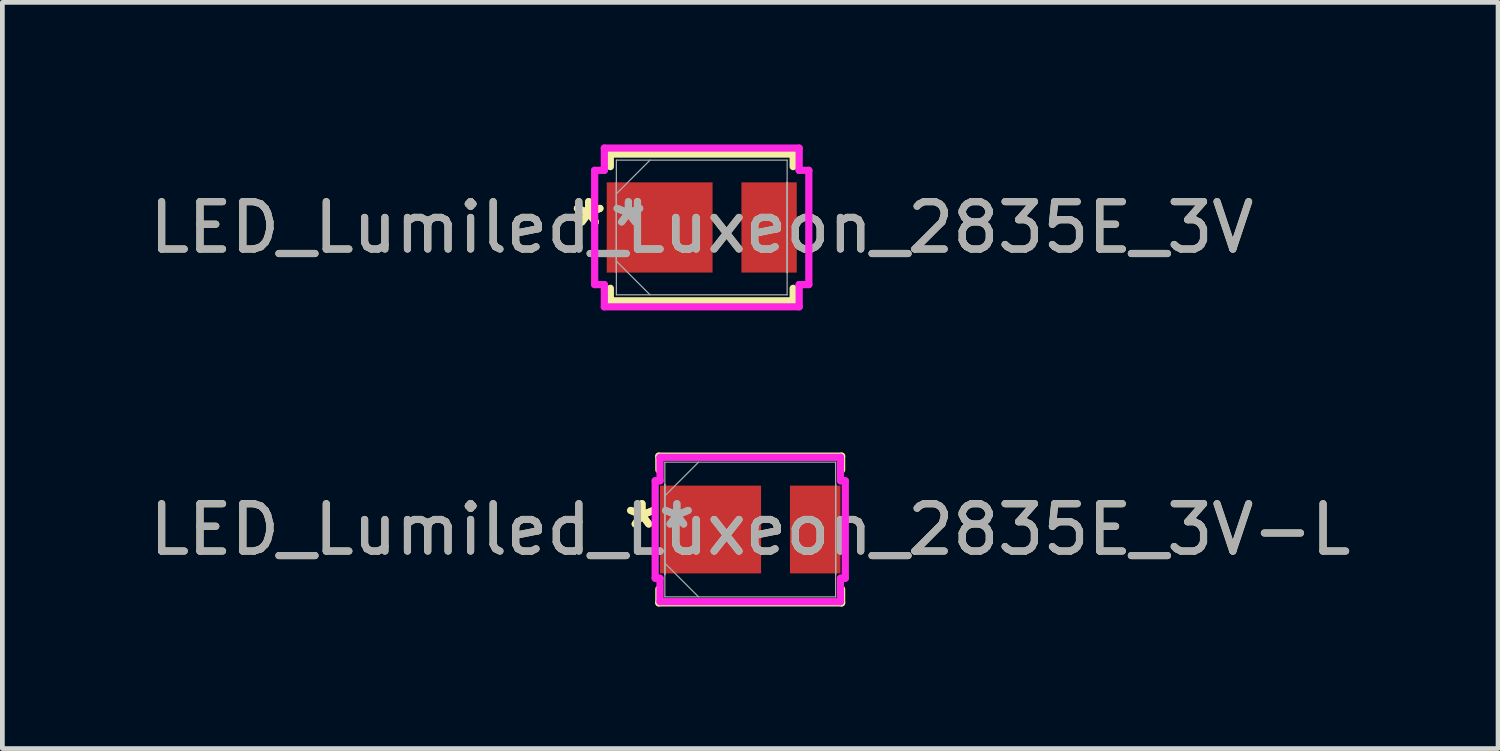
<source format=kicad_pcb>
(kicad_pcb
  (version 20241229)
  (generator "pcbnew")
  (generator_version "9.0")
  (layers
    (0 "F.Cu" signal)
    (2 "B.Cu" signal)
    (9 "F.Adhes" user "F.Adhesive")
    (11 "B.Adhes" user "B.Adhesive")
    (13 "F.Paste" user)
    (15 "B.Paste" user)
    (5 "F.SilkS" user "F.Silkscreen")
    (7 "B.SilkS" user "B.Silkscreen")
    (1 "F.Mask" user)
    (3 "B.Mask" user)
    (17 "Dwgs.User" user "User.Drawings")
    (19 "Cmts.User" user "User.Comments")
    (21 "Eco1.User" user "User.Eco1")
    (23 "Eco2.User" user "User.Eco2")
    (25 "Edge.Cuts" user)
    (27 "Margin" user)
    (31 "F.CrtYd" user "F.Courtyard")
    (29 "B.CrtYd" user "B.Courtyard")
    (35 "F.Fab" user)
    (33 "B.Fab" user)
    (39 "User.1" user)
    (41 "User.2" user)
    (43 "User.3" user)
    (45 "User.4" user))
  (footprint "LED_Lumiled_Luxeon_2835E_3V"
    (layer "F.Cu")
    (at 11.768 1.753)
    (property "Reference" "LED_Lumiled_Luxeon_2835E_3V" (at 0 0 0) (unlocked yes) (layer "F.SilkS") (effects (font (size 1 1) (thickness 0.15))))
    (attr smd)
    (fp_line (start -1.93 -1.549) (end -1.93 -1.285) (stroke (width 0.152) (type solid)) (layer "F.SilkS"))
    (fp_line (start -1.93 1.285) (end -1.93 1.549) (stroke (width 0.152) (type solid)) (layer "F.SilkS"))
    (fp_line (start -1.93 1.549) (end 1.93 1.549) (stroke (width 0.152) (type solid)) (layer "F.SilkS"))
    (fp_line (start 1.93 -1.549) (end -1.93 -1.549) (stroke (width 0.152) (type solid)) (layer "F.SilkS"))
    (fp_line (start 1.93 -1.285) (end 1.93 -1.549) (stroke (width 0.152) (type solid)) (layer "F.SilkS"))
    (fp_line (start 1.93 1.549) (end 1.93 1.285) (stroke (width 0.152) (type solid)) (layer "F.SilkS"))
    (fp_line (start -2.261 -1.206) (end -2.057 -1.206) (stroke (width 0.152) (type solid)) (layer "F.CrtYd"))
    (fp_line (start -2.261 1.206) (end -2.261 -1.206) (stroke (width 0.152) (type solid)) (layer "F.CrtYd"))
    (fp_line (start -2.057 -1.676) (end 2.057 -1.676) (stroke (width 0.152) (type solid)) (layer "F.CrtYd"))
    (fp_line (start -2.057 -1.206) (end -2.057 -1.676) (stroke (width 0.152) (type solid)) (layer "F.CrtYd"))
    (fp_line (start -2.057 1.206) (end -2.261 1.206) (stroke (width 0.152) (type solid)) (layer "F.CrtYd"))
    (fp_line (start -2.057 1.676) (end -2.057 1.206) (stroke (width 0.152) (type solid)) (layer "F.CrtYd"))
    (fp_line (start 2.057 -1.676) (end 2.057 -1.206) (stroke (width 0.152) (type solid)) (layer "F.CrtYd"))
    (fp_line (start 2.057 -1.206) (end 2.261 -1.206) (stroke (width 0.152) (type solid)) (layer "F.CrtYd"))
    (fp_line (start 2.057 1.206) (end 2.057 1.676) (stroke (width 0.152) (type solid)) (layer "F.CrtYd"))
    (fp_line (start 2.057 1.676) (end -2.057 1.676) (stroke (width 0.152) (type solid)) (layer "F.CrtYd"))
    (fp_line (start 2.261 -1.206) (end 2.261 1.206) (stroke (width 0.152) (type solid)) (layer "F.CrtYd"))
    (fp_line (start 2.261 1.206) (end 2.057 1.206) (stroke (width 0.152) (type solid)) (layer "F.CrtYd"))
    (fp_line (start -1.803 -1.422) (end -1.803 1.422) (stroke (width 0.025) (type solid)) (layer "F.Fab"))
    (fp_line (start -1.803 -0.953) (end -1.803 -0.953) (stroke (width 0.025) (type solid)) (layer "F.Fab"))
    (fp_line (start -1.803 -0.953) (end -1.803 0.953) (stroke (width 0.025) (type solid)) (layer "F.Fab"))
    (fp_line (start -1.803 -0.711) (end -1.092 -1.422) (stroke (width 0.025) (type solid)) (layer "F.Fab"))
    (fp_line (start -1.803 0.711) (end -1.092 1.422) (stroke (width 0.025) (type solid)) (layer "F.Fab"))
    (fp_line (start -1.803 0.953) (end -1.803 -0.953) (stroke (width 0.025) (type solid)) (layer "F.Fab"))
    (fp_line (start -1.803 0.953) (end -1.803 0.953) (stroke (width 0.025) (type solid)) (layer "F.Fab"))
    (fp_line (start -1.803 1.422) (end 1.803 1.422) (stroke (width 0.025) (type solid)) (layer "F.Fab"))
    (fp_line (start 1.803 -1.422) (end -1.803 -1.422) (stroke (width 0.025) (type solid)) (layer "F.Fab"))
    (fp_line (start 1.803 -0.953) (end 1.803 -0.953) (stroke (width 0.025) (type solid)) (layer "F.Fab"))
    (fp_line (start 1.803 -0.953) (end 1.803 0.953) (stroke (width 0.025) (type solid)) (layer "F.Fab"))
    (fp_line (start 1.803 0.953) (end 1.803 -0.953) (stroke (width 0.025) (type solid)) (layer "F.Fab"))
    (fp_line (start 1.803 0.953) (end 1.803 0.953) (stroke (width 0.025) (type solid)) (layer "F.Fab"))
    (fp_line (start 1.803 1.422) (end 1.803 -1.422) (stroke (width 0.025) (type solid)) (layer "F.Fab"))
    (fp_text user "*" (at -2.388 0 0) (unlocked yes) (layer "F.SilkS") (effects (font (size 1 1) (thickness 0.15))))
    (fp_text user "*" (at -2.388 0 0) (layer "F.SilkS") (effects (font (size 1 1) (thickness 0.15))))
    (fp_text user "*" (at -1.549 0 0) (unlocked yes) (layer "F.Fab") (effects (font (size 1 1) (thickness 0.15))))
    (fp_text user "${REFERENCE}" (at 0 0 0) (unlocked yes) (layer "F.Fab") (effects (font (size 1 1) (thickness 0.15))))
    (fp_text user "*" (at -1.549 0 0) (layer "F.Fab") (effects (font (size 1 1) (thickness 0.15))))
    (pad "1" smd rect (at -0.889 0) (size 2.235 1.905) (layers "F.Cu" "F.Mask" "F.Paste"))
    (pad "2" smd rect (at 1.422 0) (size 1.168 1.905) (layers "F.Cu" "F.Mask" "F.Paste"))
    (zone (net_name "") (layer "F.Cu") (hatch full 0.508) (connect_pads) (min_thickness 0.254) (filled_areas_thickness no) (keepout (tracks not_allowed) (vias not_allowed) (pads allowed) (copperpour not_allowed) (footprints allowed)) (placement (enabled no)) (fill) (polygon (pts (xy 12.047 0.381) (xy 12.555 0.381) (xy 12.555 3.124) (xy 12.047 3.124)))))
  (footprint "LED_Lumiled_Luxeon_2835E_3V-L"
    (layer "F.Cu")
    (at 12.792 8.131)
    (property "Reference" "LED_Lumiled_Luxeon_2835E_3V-L" (at 0 0 0) (unlocked yes) (layer "F.SilkS") (effects (font (size 1 1) (thickness 0.15))))
    (attr smd)
    (fp_line (start -1.93 -1.549) (end -1.93 -1.259) (stroke (width 0.152) (type solid)) (layer "F.SilkS"))
    (fp_line (start -1.93 1.259) (end -1.93 1.549) (stroke (width 0.152) (type solid)) (layer "F.SilkS"))
    (fp_line (start -1.93 1.549) (end 1.93 1.549) (stroke (width 0.152) (type solid)) (layer "F.SilkS"))
    (fp_line (start 1.93 -1.549) (end -1.93 -1.549) (stroke (width 0.152) (type solid)) (layer "F.SilkS"))
    (fp_line (start 1.93 -1.259) (end 1.93 -1.549) (stroke (width 0.152) (type solid)) (layer "F.SilkS"))
    (fp_line (start 1.93 1.549) (end 1.93 1.259) (stroke (width 0.152) (type solid)) (layer "F.SilkS"))
    (fp_line (start -2.007 -1.029) (end -1.905 -1.029) (stroke (width 0.152) (type solid)) (layer "F.CrtYd"))
    (fp_line (start -2.007 1.029) (end -2.007 -1.029) (stroke (width 0.152) (type solid)) (layer "F.CrtYd"))
    (fp_line (start -1.905 -1.524) (end 1.905 -1.524) (stroke (width 0.152) (type solid)) (layer "F.CrtYd"))
    (fp_line (start -1.905 -1.029) (end -1.905 -1.524) (stroke (width 0.152) (type solid)) (layer "F.CrtYd"))
    (fp_line (start -1.905 1.029) (end -2.007 1.029) (stroke (width 0.152) (type solid)) (layer "F.CrtYd"))
    (fp_line (start -1.905 1.524) (end -1.905 1.029) (stroke (width 0.152) (type solid)) (layer "F.CrtYd"))
    (fp_line (start 1.905 -1.524) (end 1.905 -1.029) (stroke (width 0.152) (type solid)) (layer "F.CrtYd"))
    (fp_line (start 1.905 -1.029) (end 2.007 -1.029) (stroke (width 0.152) (type solid)) (layer "F.CrtYd"))
    (fp_line (start 1.905 1.029) (end 1.905 1.524) (stroke (width 0.152) (type solid)) (layer "F.CrtYd"))
    (fp_line (start 1.905 1.524) (end -1.905 1.524) (stroke (width 0.152) (type solid)) (layer "F.CrtYd"))
    (fp_line (start 2.007 -1.029) (end 2.007 1.029) (stroke (width 0.152) (type solid)) (layer "F.CrtYd"))
    (fp_line (start 2.007 1.029) (end 1.905 1.029) (stroke (width 0.152) (type solid)) (layer "F.CrtYd"))
    (fp_line (start -1.803 -1.422) (end -1.803 1.422) (stroke (width 0.025) (type solid)) (layer "F.Fab"))
    (fp_line (start -1.803 -0.953) (end -1.803 -0.953) (stroke (width 0.025) (type solid)) (layer "F.Fab"))
    (fp_line (start -1.803 -0.953) (end -1.803 0.953) (stroke (width 0.025) (type solid)) (layer "F.Fab"))
    (fp_line (start -1.803 -0.711) (end -1.092 -1.422) (stroke (width 0.025) (type solid)) (layer "F.Fab"))
    (fp_line (start -1.803 0.711) (end -1.092 1.422) (stroke (width 0.025) (type solid)) (layer "F.Fab"))
    (fp_line (start -1.803 0.953) (end -1.803 -0.953) (stroke (width 0.025) (type solid)) (layer "F.Fab"))
    (fp_line (start -1.803 0.953) (end -1.803 0.953) (stroke (width 0.025) (type solid)) (layer "F.Fab"))
    (fp_line (start -1.803 1.422) (end 1.803 1.422) (stroke (width 0.025) (type solid)) (layer "F.Fab"))
    (fp_line (start 1.803 -1.422) (end -1.803 -1.422) (stroke (width 0.025) (type solid)) (layer "F.Fab"))
    (fp_line (start 1.803 -0.953) (end 1.803 -0.953) (stroke (width 0.025) (type solid)) (layer "F.Fab"))
    (fp_line (start 1.803 -0.953) (end 1.803 0.953) (stroke (width 0.025) (type solid)) (layer "F.Fab"))
    (fp_line (start 1.803 0.953) (end 1.803 -0.953) (stroke (width 0.025) (type solid)) (layer "F.Fab"))
    (fp_line (start 1.803 0.953) (end 1.803 0.953) (stroke (width 0.025) (type solid)) (layer "F.Fab"))
    (fp_line (start 1.803 1.422) (end 1.803 -1.422) (stroke (width 0.025) (type solid)) (layer "F.Fab"))
    (fp_text user "*" (at -2.286 0 0) (layer "F.SilkS") (effects (font (size 1 1) (thickness 0.15))))
    (fp_text user "*" (at -2.286 0 0) (unlocked yes) (layer "F.SilkS") (effects (font (size 1 1) (thickness 0.15))))
    (fp_text user "${REFERENCE}" (at 0 0 0) (unlocked yes) (layer "F.Fab") (effects (font (size 1 1) (thickness 0.15))))
    (fp_text user "*" (at -1.549 0 0) (unlocked yes) (layer "F.Fab") (effects (font (size 1 1) (thickness 0.15))))
    (fp_text user "*" (at -1.549 0 0) (layer "F.Fab") (effects (font (size 1 1) (thickness 0.15))))
    (pad "1" smd rect (at -0.838 0) (size 2.134 1.854) (layers "F.Cu" "F.Mask" "F.Paste"))
    (pad "2" smd rect (at 1.372 0) (size 1.067 1.854) (layers "F.Cu" "F.Mask" "F.Paste"))
    (zone (net_name "") (layer "F.Cu") (hatch full 0.508) (connect_pads) (min_thickness 0.254) (filled_areas_thickness no) (keepout (tracks not_allowed) (vias not_allowed) (pads allowed) (copperpour not_allowed) (footprints allowed)) (placement (enabled no)) (fill) (polygon (pts (xy 13.071 6.759) (xy 13.579 6.759) (xy 13.579 9.502) (xy 13.071 9.502)))))
  (gr_rect
    (start -3 -3)
    (end 28.583 12.756)
    (stroke (width 0.1) (type default))
    (fill no)
    (layer "Edge.Cuts")))
</source>
